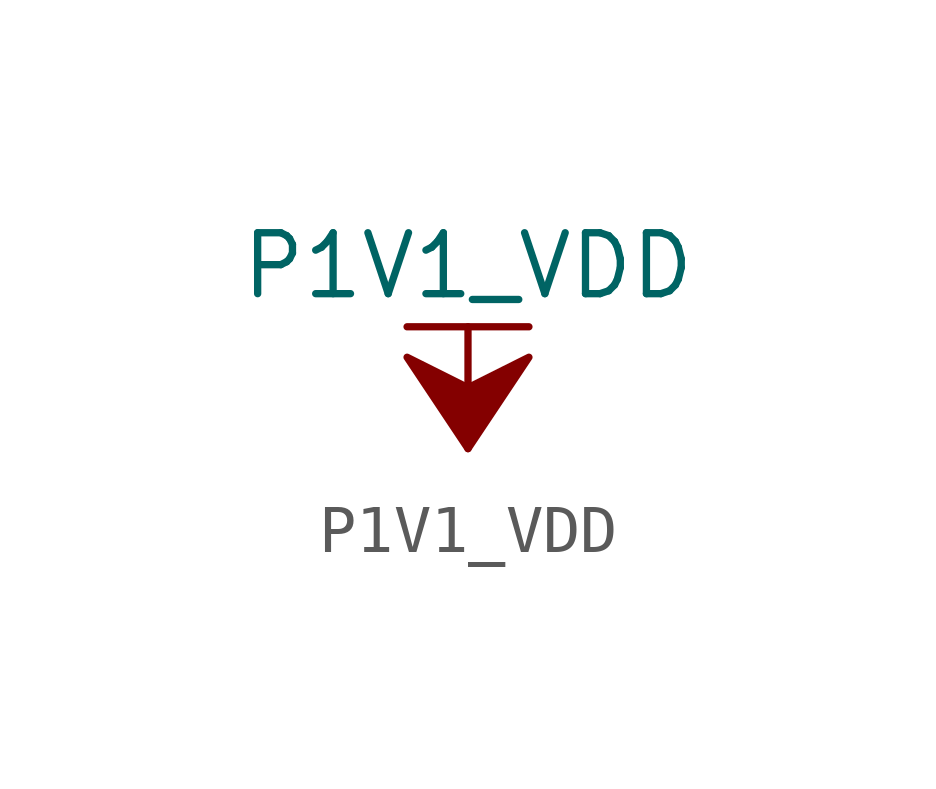
<source format=kicad_sym>
(kicad_symbol_lib
  (version 20211014)
  (generator kicad_symbol_editor)
  (symbol "P1V1_VDD"
    (power)
    (pin_names
      (offset 0))
    (property "Reference" "#PWR"
      (at 0 -3.81 0)
      (effects (font (size 1.27 1.27)) hide))
    (property "Value" "P1V1_VDD"
      (at 0 3.81 0)
      (effects (font (size 1.27 1.27))))
    (symbol "P1V1_VDD_0_1"
      (polyline (pts (xy -1.27 2.54) (xy 1.27 2.54)) (stroke (width 0.152) (type default) (color 0 0 0 0)) (fill (type none)))
      (polyline (pts (xy 0 0) (xy 0 2.54)) (stroke (width 0.152) (type default) (color 0 0 0 0)) (fill (type none)))
      (polyline (pts (xy 0 0) (xy 1.27 1.905) (xy 0 1.27) (xy -1.27 1.905) (xy 0 0)) (stroke (width 0.152) (type default) (color 0 0 0 0)) (fill (type outline))))
    (symbol "P1V1_VDD_1_1"
      (pin power_in line (at 0 0 90) (length 0) hide (name "P1V1_VDD" (effects (font (size 1.27 1.27)))) (number "1" (effects (font (size 1.27 1.27))))))))
</source>
